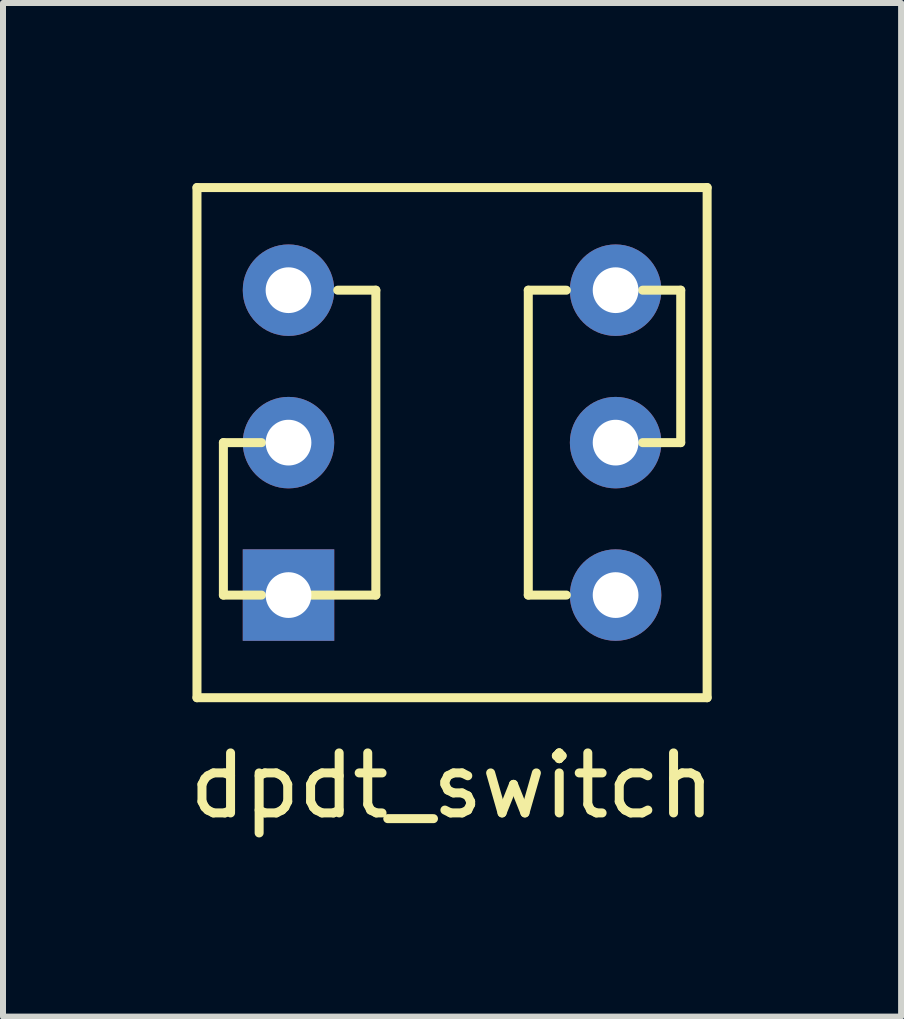
<source format=kicad_pcb>
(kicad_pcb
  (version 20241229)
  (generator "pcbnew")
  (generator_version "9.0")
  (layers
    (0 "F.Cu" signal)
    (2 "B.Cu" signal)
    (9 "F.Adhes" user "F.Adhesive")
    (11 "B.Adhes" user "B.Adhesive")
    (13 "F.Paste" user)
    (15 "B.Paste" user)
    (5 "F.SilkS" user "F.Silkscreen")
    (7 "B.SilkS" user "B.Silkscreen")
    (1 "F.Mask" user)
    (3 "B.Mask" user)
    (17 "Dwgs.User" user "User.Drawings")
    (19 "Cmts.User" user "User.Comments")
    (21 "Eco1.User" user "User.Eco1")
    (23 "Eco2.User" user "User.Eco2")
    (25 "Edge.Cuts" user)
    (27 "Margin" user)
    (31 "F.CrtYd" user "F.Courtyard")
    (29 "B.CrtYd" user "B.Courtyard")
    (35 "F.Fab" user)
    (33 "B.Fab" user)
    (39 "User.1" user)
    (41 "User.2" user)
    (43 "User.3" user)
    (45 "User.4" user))
  (footprint "dpdt_switch"
    (layer "F.Cu")
    (at 4.482 4.325)
    (property "Reference" "dpdt_switch" (at 0 5.715 0) (layer "F.SilkS") (effects (font (size 1 1) (thickness 0.15))))
    (attr through_hole)
    (fp_line (start -4.25 -4.25) (end -4.25 4.25) (stroke (width 0.15) (type solid)) (layer "F.SilkS"))
    (fp_line (start -4.25 -4.25) (end 4.25 -4.25) (stroke (width 0.15) (type solid)) (layer "F.SilkS"))
    (fp_line (start -4.25 4.25) (end 4.25 4.25) (stroke (width 0.15) (type solid)) (layer "F.SilkS"))
    (fp_line (start -3.81 0) (end -3.81 2.54) (stroke (width 0.15) (type solid)) (layer "F.SilkS"))
    (fp_line (start -3.81 2.54) (end -3.175 2.54) (stroke (width 0.15) (type solid)) (layer "F.SilkS"))
    (fp_line (start -3.175 0) (end -3.81 0) (stroke (width 0.15) (type solid)) (layer "F.SilkS"))
    (fp_line (start -2.54 2.54) (end -1.27 2.54) (stroke (width 0.15) (type solid)) (layer "F.SilkS"))
    (fp_line (start -1.27 -2.54) (end -1.905 -2.54) (stroke (width 0.15) (type solid)) (layer "F.SilkS"))
    (fp_line (start -1.27 2.54) (end -1.27 -2.54) (stroke (width 0.15) (type solid)) (layer "F.SilkS"))
    (fp_line (start 1.27 -2.54) (end 1.27 2.54) (stroke (width 0.15) (type solid)) (layer "F.SilkS"))
    (fp_line (start 1.27 2.54) (end 1.905 2.54) (stroke (width 0.15) (type solid)) (layer "F.SilkS"))
    (fp_line (start 1.905 -2.54) (end 1.27 -2.54) (stroke (width 0.15) (type solid)) (layer "F.SilkS"))
    (fp_line (start 3.175 -2.54) (end 3.81 -2.54) (stroke (width 0.15) (type solid)) (layer "F.SilkS"))
    (fp_line (start 3.81 -2.54) (end 3.81 0) (stroke (width 0.15) (type solid)) (layer "F.SilkS"))
    (fp_line (start 3.81 0) (end 3.175 0) (stroke (width 0.15) (type solid)) (layer "F.SilkS"))
    (fp_line (start 4.25 -4.25) (end 4.25 4.25) (stroke (width 0.15) (type solid)) (layer "F.SilkS"))
    (pad "1" thru_hole rect (at -2.725 2.54) (size 1.524 1.524) (drill 0.762) (layers "*.Cu" "*.Mask"))
    (pad "2" thru_hole circle (at -2.725 0) (size 1.524 1.524) (drill 0.762) (layers "*.Cu" "*.Mask"))
    (pad "3" thru_hole circle (at -2.725 -2.54) (size 1.524 1.524) (drill 0.762) (layers "*.Cu" "*.Mask"))
    (pad "4" thru_hole circle (at 2.725 2.54) (size 1.524 1.524) (drill 0.762) (layers "*.Cu" "*.Mask"))
    (pad "5" thru_hole circle (at 2.725 0) (size 1.524 1.524) (drill 0.762) (layers "*.Cu" "*.Mask"))
    (pad "6" thru_hole circle (at 2.725 -2.54) (size 1.524 1.524) (drill 0.762) (layers "*.Cu" "*.Mask")))
  (gr_rect
    (start -3 -3)
    (end 11.964 13.888)
    (stroke (width 0.1) (type default))
    (fill no)
    (layer "Edge.Cuts")))
</source>
